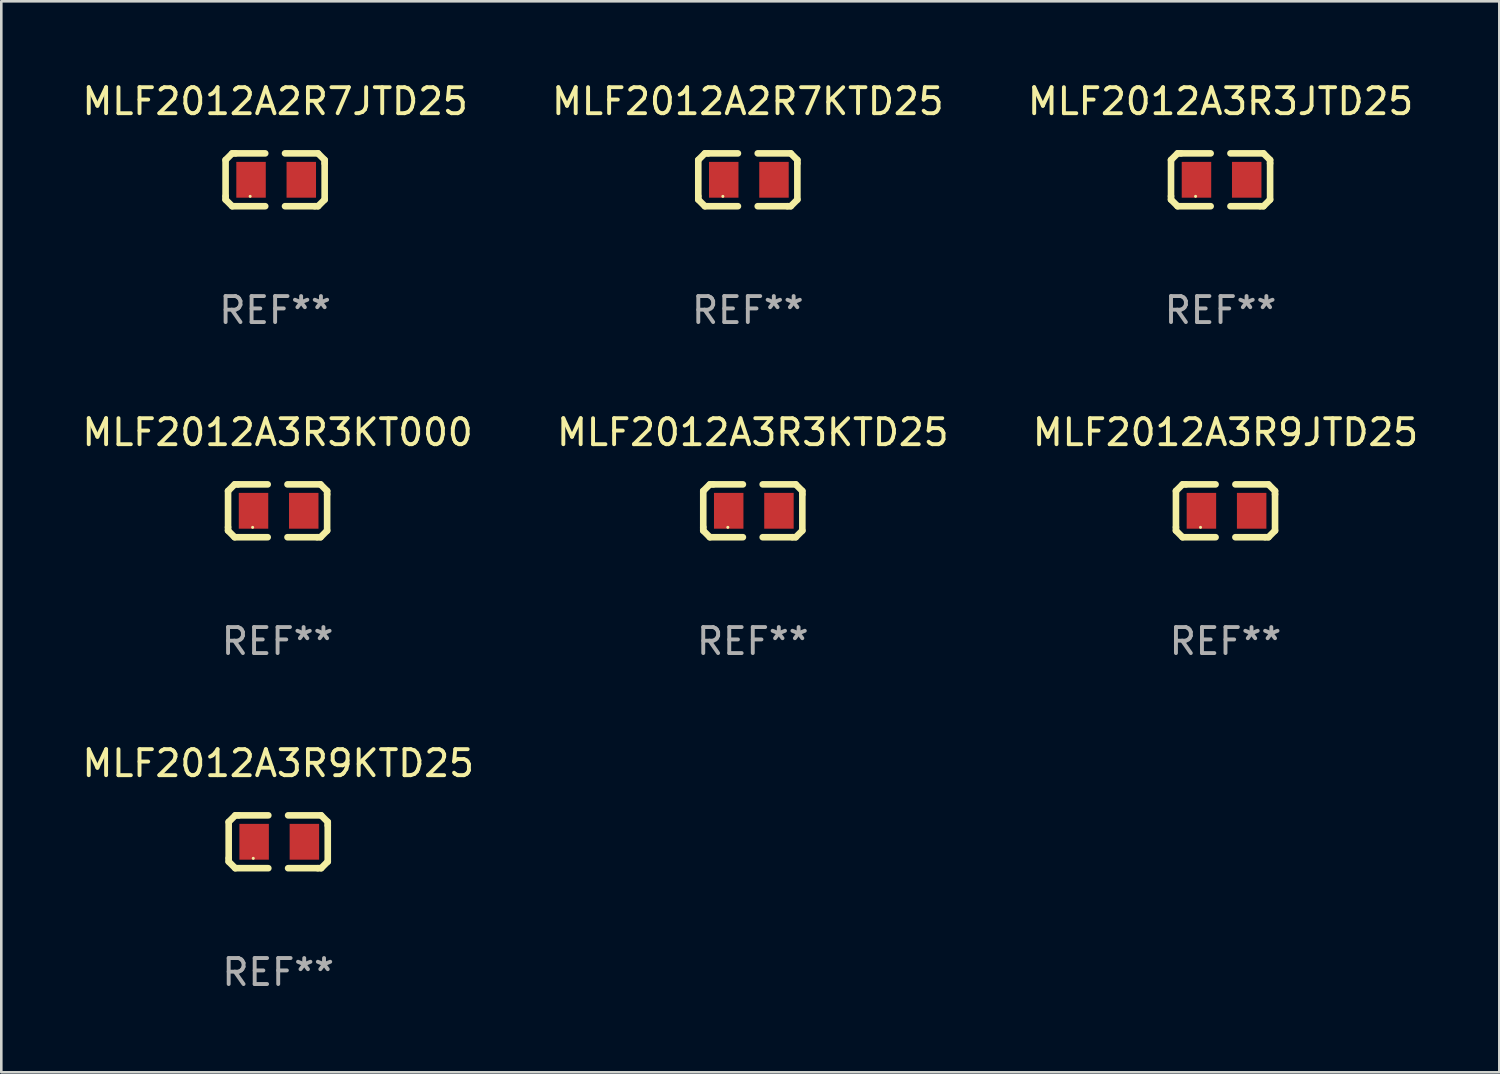
<source format=kicad_pcb>
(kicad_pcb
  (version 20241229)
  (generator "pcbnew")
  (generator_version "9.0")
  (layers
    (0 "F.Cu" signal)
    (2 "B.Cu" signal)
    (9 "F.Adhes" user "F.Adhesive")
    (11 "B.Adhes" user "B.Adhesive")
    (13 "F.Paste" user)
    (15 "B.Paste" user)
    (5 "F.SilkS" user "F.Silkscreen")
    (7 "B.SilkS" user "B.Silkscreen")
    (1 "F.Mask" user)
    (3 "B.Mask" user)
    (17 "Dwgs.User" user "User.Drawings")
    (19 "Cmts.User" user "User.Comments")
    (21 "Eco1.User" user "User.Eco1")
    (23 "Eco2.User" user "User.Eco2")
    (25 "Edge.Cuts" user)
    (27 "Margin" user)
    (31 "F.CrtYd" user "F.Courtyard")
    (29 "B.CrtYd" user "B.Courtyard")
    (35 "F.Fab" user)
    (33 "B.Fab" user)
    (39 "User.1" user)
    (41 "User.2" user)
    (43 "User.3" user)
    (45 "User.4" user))
  (footprint "MLF2012A3R9KTD25"
    (layer "F.Cu")
    (at 7.649 29.321)
    (property "Reference" "MLF2012A3R9KTD25" (at 0 -3.016 0) (layer "F.SilkS") (effects (font (size 1 1) (thickness 0.15))))
    (attr through_hole)
    (fp_line (start -1.905 -0.762) (end -1.905 0.635) (stroke (width 0.254) (type solid)) (layer "F.SilkS"))
    (fp_line (start -1.905 0.635) (end -1.905 0.762) (stroke (width 0.254) (type solid)) (layer "F.SilkS"))
    (fp_line (start -1.905 0.762) (end -1.651 1.016) (stroke (width 0.254) (type solid)) (layer "F.SilkS"))
    (fp_line (start -1.651 -1.016) (end -1.905 -0.762) (stroke (width 0.254) (type solid)) (layer "F.SilkS"))
    (fp_line (start -1.651 1.016) (end -0.381 1.016) (stroke (width 0.254) (type solid)) (layer "F.SilkS"))
    (fp_line (start -1.524 -1.016) (end -1.651 -1.016) (stroke (width 0.254) (type solid)) (layer "F.SilkS"))
    (fp_line (start -0.381 -1.016) (end -1.524 -1.016) (stroke (width 0.254) (type solid)) (layer "F.SilkS"))
    (fp_line (start 0.381 1.016) (end 1.524 1.016) (stroke (width 0.254) (type solid)) (layer "F.SilkS"))
    (fp_line (start 1.524 1.016) (end 1.651 1.016) (stroke (width 0.254) (type solid)) (layer "F.SilkS"))
    (fp_line (start 1.651 -1.016) (end 0.381 -1.016) (stroke (width 0.254) (type solid)) (layer "F.SilkS"))
    (fp_line (start 1.651 1.016) (end 1.905 0.762) (stroke (width 0.254) (type solid)) (layer "F.SilkS"))
    (fp_line (start 1.905 -0.762) (end 1.651 -1.016) (stroke (width 0.254) (type solid)) (layer "F.SilkS"))
    (fp_line (start 1.905 -0.635) (end 1.905 -0.762) (stroke (width 0.254) (type solid)) (layer "F.SilkS"))
    (fp_line (start 1.905 0.762) (end 1.905 -0.635) (stroke (width 0.254) (type solid)) (layer "F.SilkS"))
    (fp_circle (center -0.96 0.637) (end -0.93 0.637) (stroke (width 0.06) (type solid)) (fill no) (layer "F.SilkS"))
    (fp_text user "REF**" (at 0 5.016 0) (layer "F.Fab") (effects (font (size 1 1) (thickness 0.15))))
    (pad "1" smd rect (at -0.926 -0.000051) (size 1.133 1.377) (layers "F.Cu" "F.Mask" "F.Paste"))
    (pad "2" smd rect (at 1.006 -0.000051) (size 1.133 1.377) (layers "F.Cu" "F.Mask" "F.Paste")))
  (footprint "MLF2012A3R9JTD25"
    (layer "F.Cu")
    (at 44.077 16.593)
    (property "Reference" "MLF2012A3R9JTD25" (at 0 -3.016 0) (layer "F.SilkS") (effects (font (size 1 1) (thickness 0.15))))
    (attr through_hole)
    (fp_line (start -1.905 -0.762) (end -1.905 0.635) (stroke (width 0.254) (type solid)) (layer "F.SilkS"))
    (fp_line (start -1.905 0.635) (end -1.905 0.762) (stroke (width 0.254) (type solid)) (layer "F.SilkS"))
    (fp_line (start -1.905 0.762) (end -1.651 1.016) (stroke (width 0.254) (type solid)) (layer "F.SilkS"))
    (fp_line (start -1.651 -1.016) (end -1.905 -0.762) (stroke (width 0.254) (type solid)) (layer "F.SilkS"))
    (fp_line (start -1.651 1.016) (end -0.381 1.016) (stroke (width 0.254) (type solid)) (layer "F.SilkS"))
    (fp_line (start -1.524 -1.016) (end -1.651 -1.016) (stroke (width 0.254) (type solid)) (layer "F.SilkS"))
    (fp_line (start -0.381 -1.016) (end -1.524 -1.016) (stroke (width 0.254) (type solid)) (layer "F.SilkS"))
    (fp_line (start 0.381 1.016) (end 1.524 1.016) (stroke (width 0.254) (type solid)) (layer "F.SilkS"))
    (fp_line (start 1.524 1.016) (end 1.651 1.016) (stroke (width 0.254) (type solid)) (layer "F.SilkS"))
    (fp_line (start 1.651 -1.016) (end 0.381 -1.016) (stroke (width 0.254) (type solid)) (layer "F.SilkS"))
    (fp_line (start 1.651 1.016) (end 1.905 0.762) (stroke (width 0.254) (type solid)) (layer "F.SilkS"))
    (fp_line (start 1.905 -0.762) (end 1.651 -1.016) (stroke (width 0.254) (type solid)) (layer "F.SilkS"))
    (fp_line (start 1.905 -0.635) (end 1.905 -0.762) (stroke (width 0.254) (type solid)) (layer "F.SilkS"))
    (fp_line (start 1.905 0.762) (end 1.905 -0.635) (stroke (width 0.254) (type solid)) (layer "F.SilkS"))
    (fp_circle (center -0.96 0.637) (end -0.93 0.637) (stroke (width 0.06) (type solid)) (fill no) (layer "F.SilkS"))
    (fp_text user "REF**" (at 0 5.016 0) (layer "F.Fab") (effects (font (size 1 1) (thickness 0.15))))
    (pad "1" smd rect (at -0.926 -0.000051) (size 1.133 1.377) (layers "F.Cu" "F.Mask" "F.Paste"))
    (pad "2" smd rect (at 1.006 -0.000051) (size 1.133 1.377) (layers "F.Cu" "F.Mask" "F.Paste")))
  (footprint "MLF2012A3R3JTD25"
    (layer "F.Cu")
    (at 43.887 3.864)
    (property "Reference" "MLF2012A3R3JTD25" (at 0 -3.016 0) (layer "F.SilkS") (effects (font (size 1 1) (thickness 0.15))))
    (attr through_hole)
    (fp_line (start -1.905 -0.762) (end -1.905 0.635) (stroke (width 0.254) (type solid)) (layer "F.SilkS"))
    (fp_line (start -1.905 0.635) (end -1.905 0.762) (stroke (width 0.254) (type solid)) (layer "F.SilkS"))
    (fp_line (start -1.905 0.762) (end -1.651 1.016) (stroke (width 0.254) (type solid)) (layer "F.SilkS"))
    (fp_line (start -1.651 -1.016) (end -1.905 -0.762) (stroke (width 0.254) (type solid)) (layer "F.SilkS"))
    (fp_line (start -1.651 1.016) (end -0.381 1.016) (stroke (width 0.254) (type solid)) (layer "F.SilkS"))
    (fp_line (start -1.524 -1.016) (end -1.651 -1.016) (stroke (width 0.254) (type solid)) (layer "F.SilkS"))
    (fp_line (start -0.381 -1.016) (end -1.524 -1.016) (stroke (width 0.254) (type solid)) (layer "F.SilkS"))
    (fp_line (start 0.381 1.016) (end 1.524 1.016) (stroke (width 0.254) (type solid)) (layer "F.SilkS"))
    (fp_line (start 1.524 1.016) (end 1.651 1.016) (stroke (width 0.254) (type solid)) (layer "F.SilkS"))
    (fp_line (start 1.651 -1.016) (end 0.381 -1.016) (stroke (width 0.254) (type solid)) (layer "F.SilkS"))
    (fp_line (start 1.651 1.016) (end 1.905 0.762) (stroke (width 0.254) (type solid)) (layer "F.SilkS"))
    (fp_line (start 1.905 -0.762) (end 1.651 -1.016) (stroke (width 0.254) (type solid)) (layer "F.SilkS"))
    (fp_line (start 1.905 -0.635) (end 1.905 -0.762) (stroke (width 0.254) (type solid)) (layer "F.SilkS"))
    (fp_line (start 1.905 0.762) (end 1.905 -0.635) (stroke (width 0.254) (type solid)) (layer "F.SilkS"))
    (fp_circle (center -0.96 0.637) (end -0.93 0.637) (stroke (width 0.06) (type solid)) (fill no) (layer "F.SilkS"))
    (fp_text user "REF**" (at 0 5.016 0) (layer "F.Fab") (effects (font (size 1 1) (thickness 0.15))))
    (pad "1" smd rect (at -0.926 -0.000051) (size 1.133 1.377) (layers "F.Cu" "F.Mask" "F.Paste"))
    (pad "2" smd rect (at 1.006 -0.000051) (size 1.133 1.377) (layers "F.Cu" "F.Mask" "F.Paste")))
  (footprint "MLF2012A2R7JTD25"
    (layer "F.Cu")
    (at 7.53 3.864)
    (property "Reference" "MLF2012A2R7JTD25" (at 0 -3.016 0) (layer "F.SilkS") (effects (font (size 1 1) (thickness 0.15))))
    (attr through_hole)
    (fp_line (start -1.905 -0.762) (end -1.905 0.635) (stroke (width 0.254) (type solid)) (layer "F.SilkS"))
    (fp_line (start -1.905 0.635) (end -1.905 0.762) (stroke (width 0.254) (type solid)) (layer "F.SilkS"))
    (fp_line (start -1.905 0.762) (end -1.651 1.016) (stroke (width 0.254) (type solid)) (layer "F.SilkS"))
    (fp_line (start -1.651 -1.016) (end -1.905 -0.762) (stroke (width 0.254) (type solid)) (layer "F.SilkS"))
    (fp_line (start -1.651 1.016) (end -0.381 1.016) (stroke (width 0.254) (type solid)) (layer "F.SilkS"))
    (fp_line (start -1.524 -1.016) (end -1.651 -1.016) (stroke (width 0.254) (type solid)) (layer "F.SilkS"))
    (fp_line (start -0.381 -1.016) (end -1.524 -1.016) (stroke (width 0.254) (type solid)) (layer "F.SilkS"))
    (fp_line (start 0.381 1.016) (end 1.524 1.016) (stroke (width 0.254) (type solid)) (layer "F.SilkS"))
    (fp_line (start 1.524 1.016) (end 1.651 1.016) (stroke (width 0.254) (type solid)) (layer "F.SilkS"))
    (fp_line (start 1.651 -1.016) (end 0.381 -1.016) (stroke (width 0.254) (type solid)) (layer "F.SilkS"))
    (fp_line (start 1.651 1.016) (end 1.905 0.762) (stroke (width 0.254) (type solid)) (layer "F.SilkS"))
    (fp_line (start 1.905 -0.762) (end 1.651 -1.016) (stroke (width 0.254) (type solid)) (layer "F.SilkS"))
    (fp_line (start 1.905 -0.635) (end 1.905 -0.762) (stroke (width 0.254) (type solid)) (layer "F.SilkS"))
    (fp_line (start 1.905 0.762) (end 1.905 -0.635) (stroke (width 0.254) (type solid)) (layer "F.SilkS"))
    (fp_circle (center -0.96 0.637) (end -0.93 0.637) (stroke (width 0.06) (type solid)) (fill no) (layer "F.SilkS"))
    (fp_text user "REF**" (at 0 5.016 0) (layer "F.Fab") (effects (font (size 1 1) (thickness 0.15))))
    (pad "1" smd rect (at -0.926 -0.000051) (size 1.133 1.377) (layers "F.Cu" "F.Mask" "F.Paste"))
    (pad "2" smd rect (at 1.006 -0.000051) (size 1.133 1.377) (layers "F.Cu" "F.Mask" "F.Paste")))
  (footprint "MLF2012A3R3KTD25"
    (layer "F.Cu")
    (at 25.899 16.593)
    (property "Reference" "MLF2012A3R3KTD25" (at 0 -3.016 0) (layer "F.SilkS") (effects (font (size 1 1) (thickness 0.15))))
    (attr through_hole)
    (fp_line (start -1.905 -0.762) (end -1.905 0.635) (stroke (width 0.254) (type solid)) (layer "F.SilkS"))
    (fp_line (start -1.905 0.635) (end -1.905 0.762) (stroke (width 0.254) (type solid)) (layer "F.SilkS"))
    (fp_line (start -1.905 0.762) (end -1.651 1.016) (stroke (width 0.254) (type solid)) (layer "F.SilkS"))
    (fp_line (start -1.651 -1.016) (end -1.905 -0.762) (stroke (width 0.254) (type solid)) (layer "F.SilkS"))
    (fp_line (start -1.651 1.016) (end -0.381 1.016) (stroke (width 0.254) (type solid)) (layer "F.SilkS"))
    (fp_line (start -1.524 -1.016) (end -1.651 -1.016) (stroke (width 0.254) (type solid)) (layer "F.SilkS"))
    (fp_line (start -0.381 -1.016) (end -1.524 -1.016) (stroke (width 0.254) (type solid)) (layer "F.SilkS"))
    (fp_line (start 0.381 1.016) (end 1.524 1.016) (stroke (width 0.254) (type solid)) (layer "F.SilkS"))
    (fp_line (start 1.524 1.016) (end 1.651 1.016) (stroke (width 0.254) (type solid)) (layer "F.SilkS"))
    (fp_line (start 1.651 -1.016) (end 0.381 -1.016) (stroke (width 0.254) (type solid)) (layer "F.SilkS"))
    (fp_line (start 1.651 1.016) (end 1.905 0.762) (stroke (width 0.254) (type solid)) (layer "F.SilkS"))
    (fp_line (start 1.905 -0.762) (end 1.651 -1.016) (stroke (width 0.254) (type solid)) (layer "F.SilkS"))
    (fp_line (start 1.905 -0.635) (end 1.905 -0.762) (stroke (width 0.254) (type solid)) (layer "F.SilkS"))
    (fp_line (start 1.905 0.762) (end 1.905 -0.635) (stroke (width 0.254) (type solid)) (layer "F.SilkS"))
    (fp_circle (center -0.96 0.637) (end -0.93 0.637) (stroke (width 0.06) (type solid)) (fill no) (layer "F.SilkS"))
    (fp_text user "REF**" (at 0 5.016 0) (layer "F.Fab") (effects (font (size 1 1) (thickness 0.15))))
    (pad "1" smd rect (at -0.926 -0.000051) (size 1.133 1.377) (layers "F.Cu" "F.Mask" "F.Paste"))
    (pad "2" smd rect (at 1.006 -0.000051) (size 1.133 1.377) (layers "F.Cu" "F.Mask" "F.Paste")))
  (footprint "MLF2012A2R7KTD25"
    (layer "F.Cu")
    (at 25.708 3.864)
    (property "Reference" "MLF2012A2R7KTD25" (at 0 -3.016 0) (layer "F.SilkS") (effects (font (size 1 1) (thickness 0.15))))
    (attr through_hole)
    (fp_line (start -1.905 -0.762) (end -1.905 0.635) (stroke (width 0.254) (type solid)) (layer "F.SilkS"))
    (fp_line (start -1.905 0.635) (end -1.905 0.762) (stroke (width 0.254) (type solid)) (layer "F.SilkS"))
    (fp_line (start -1.905 0.762) (end -1.651 1.016) (stroke (width 0.254) (type solid)) (layer "F.SilkS"))
    (fp_line (start -1.651 -1.016) (end -1.905 -0.762) (stroke (width 0.254) (type solid)) (layer "F.SilkS"))
    (fp_line (start -1.651 1.016) (end -0.381 1.016) (stroke (width 0.254) (type solid)) (layer "F.SilkS"))
    (fp_line (start -1.524 -1.016) (end -1.651 -1.016) (stroke (width 0.254) (type solid)) (layer "F.SilkS"))
    (fp_line (start -0.381 -1.016) (end -1.524 -1.016) (stroke (width 0.254) (type solid)) (layer "F.SilkS"))
    (fp_line (start 0.381 1.016) (end 1.524 1.016) (stroke (width 0.254) (type solid)) (layer "F.SilkS"))
    (fp_line (start 1.524 1.016) (end 1.651 1.016) (stroke (width 0.254) (type solid)) (layer "F.SilkS"))
    (fp_line (start 1.651 -1.016) (end 0.381 -1.016) (stroke (width 0.254) (type solid)) (layer "F.SilkS"))
    (fp_line (start 1.651 1.016) (end 1.905 0.762) (stroke (width 0.254) (type solid)) (layer "F.SilkS"))
    (fp_line (start 1.905 -0.762) (end 1.651 -1.016) (stroke (width 0.254) (type solid)) (layer "F.SilkS"))
    (fp_line (start 1.905 -0.635) (end 1.905 -0.762) (stroke (width 0.254) (type solid)) (layer "F.SilkS"))
    (fp_line (start 1.905 0.762) (end 1.905 -0.635) (stroke (width 0.254) (type solid)) (layer "F.SilkS"))
    (fp_circle (center -0.96 0.637) (end -0.93 0.637) (stroke (width 0.06) (type solid)) (fill no) (layer "F.SilkS"))
    (fp_text user "REF**" (at 0 5.016 0) (layer "F.Fab") (effects (font (size 1 1) (thickness 0.15))))
    (pad "1" smd rect (at -0.926 -0.000051) (size 1.133 1.377) (layers "F.Cu" "F.Mask" "F.Paste"))
    (pad "2" smd rect (at 1.006 -0.000051) (size 1.133 1.377) (layers "F.Cu" "F.Mask" "F.Paste")))
  (footprint "MLF2012A3R3KT000"
    (layer "F.Cu")
    (at 7.625 16.593)
    (property "Reference" "MLF2012A3R3KT000" (at 0 -3.016 0) (layer "F.SilkS") (effects (font (size 1 1) (thickness 0.15))))
    (attr through_hole)
    (fp_line (start -1.905 -0.762) (end -1.905 0.635) (stroke (width 0.254) (type solid)) (layer "F.SilkS"))
    (fp_line (start -1.905 0.635) (end -1.905 0.762) (stroke (width 0.254) (type solid)) (layer "F.SilkS"))
    (fp_line (start -1.905 0.762) (end -1.651 1.016) (stroke (width 0.254) (type solid)) (layer "F.SilkS"))
    (fp_line (start -1.651 -1.016) (end -1.905 -0.762) (stroke (width 0.254) (type solid)) (layer "F.SilkS"))
    (fp_line (start -1.651 1.016) (end -0.381 1.016) (stroke (width 0.254) (type solid)) (layer "F.SilkS"))
    (fp_line (start -1.524 -1.016) (end -1.651 -1.016) (stroke (width 0.254) (type solid)) (layer "F.SilkS"))
    (fp_line (start -0.381 -1.016) (end -1.524 -1.016) (stroke (width 0.254) (type solid)) (layer "F.SilkS"))
    (fp_line (start 0.381 1.016) (end 1.524 1.016) (stroke (width 0.254) (type solid)) (layer "F.SilkS"))
    (fp_line (start 1.524 1.016) (end 1.651 1.016) (stroke (width 0.254) (type solid)) (layer "F.SilkS"))
    (fp_line (start 1.651 -1.016) (end 0.381 -1.016) (stroke (width 0.254) (type solid)) (layer "F.SilkS"))
    (fp_line (start 1.651 1.016) (end 1.905 0.762) (stroke (width 0.254) (type solid)) (layer "F.SilkS"))
    (fp_line (start 1.905 -0.762) (end 1.651 -1.016) (stroke (width 0.254) (type solid)) (layer "F.SilkS"))
    (fp_line (start 1.905 -0.635) (end 1.905 -0.762) (stroke (width 0.254) (type solid)) (layer "F.SilkS"))
    (fp_line (start 1.905 0.762) (end 1.905 -0.635) (stroke (width 0.254) (type solid)) (layer "F.SilkS"))
    (fp_circle (center -0.96 0.637) (end -0.93 0.637) (stroke (width 0.06) (type solid)) (fill no) (layer "F.SilkS"))
    (fp_text user "REF**" (at 0 5.016 0) (layer "F.Fab") (effects (font (size 1 1) (thickness 0.15))))
    (pad "1" smd rect (at -0.926 -0.000051) (size 1.133 1.377) (layers "F.Cu" "F.Mask" "F.Paste"))
    (pad "2" smd rect (at 1.006 -0.000051) (size 1.133 1.377) (layers "F.Cu" "F.Mask" "F.Paste")))
  (gr_rect
    (start -3 -3)
    (end 54.607 38.186)
    (stroke (width 0.1) (type default))
    (fill no)
    (layer "Edge.Cuts")))
</source>
